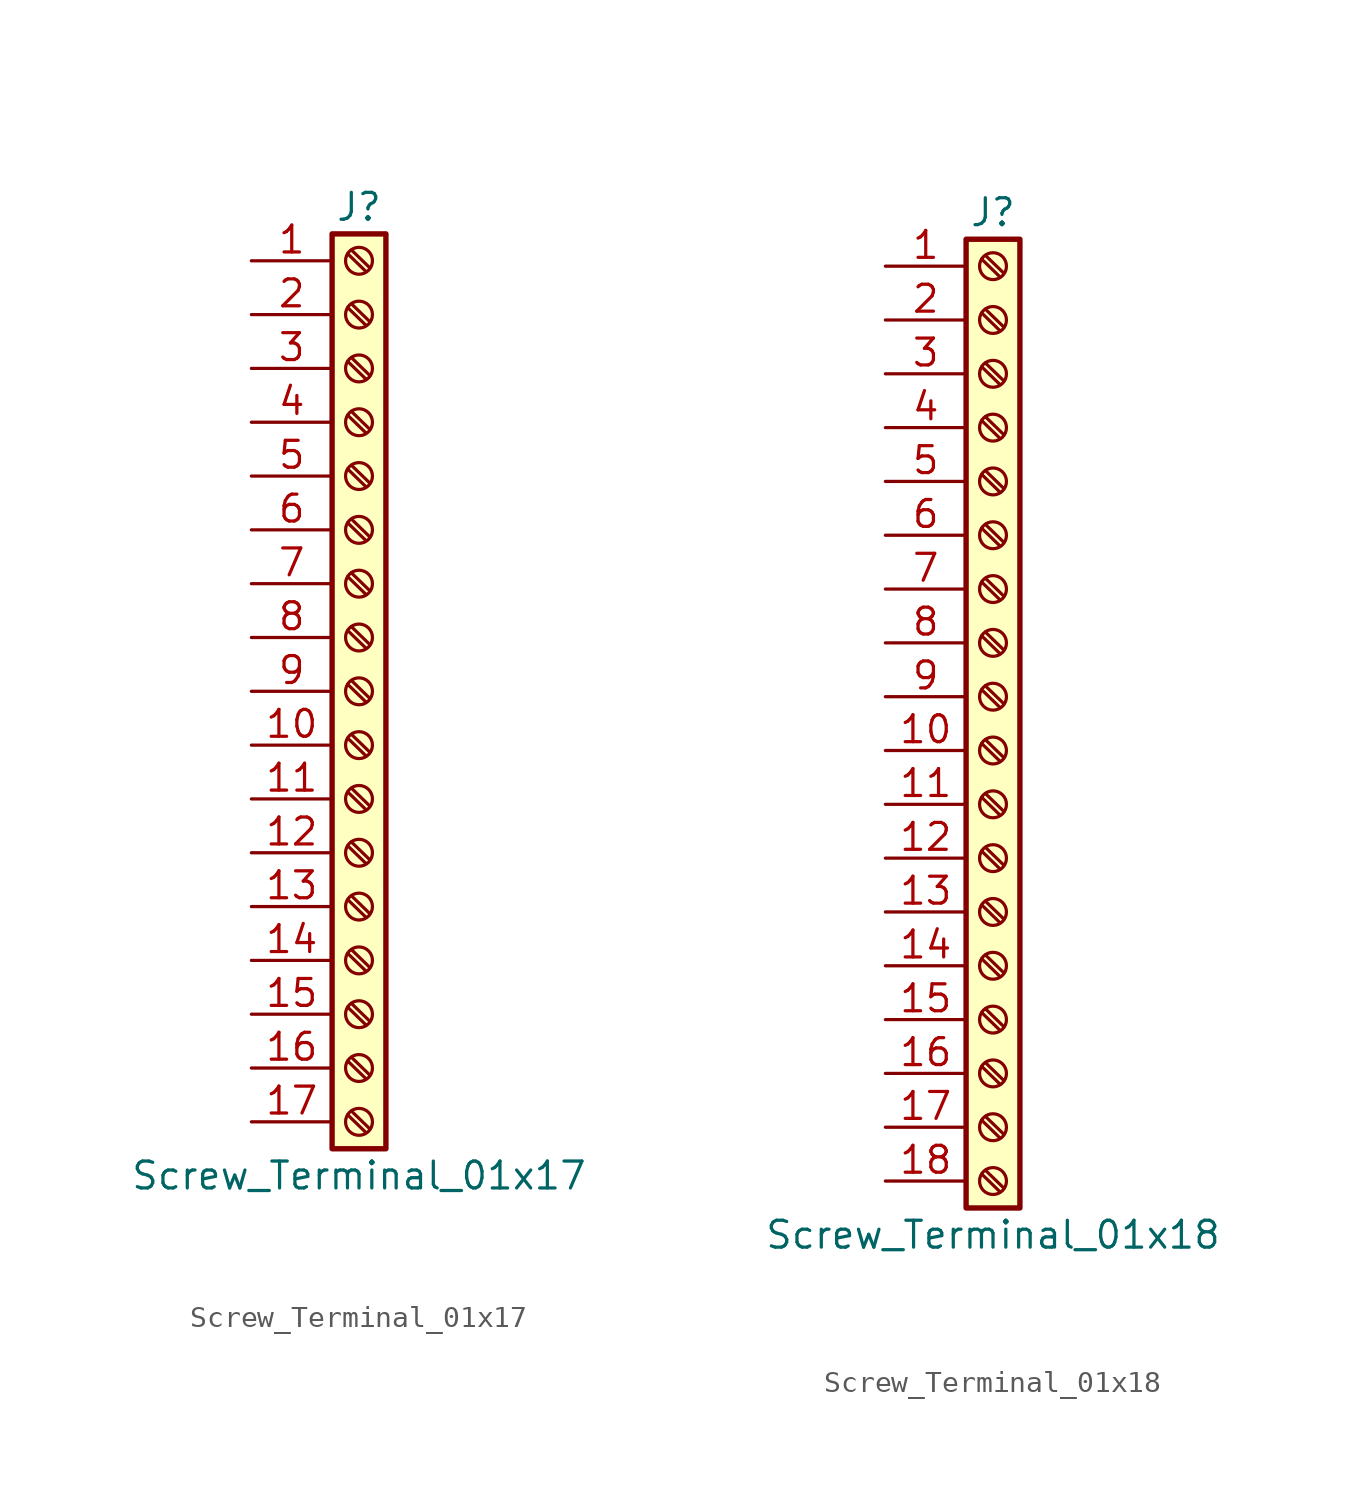
<source format=kicad_sym>
(kicad_symbol_lib
  (version 20201005)
  (generator kicad_symbol_editor)
  (symbol "Connector:Screw_Terminal_01x17"
    (pin_names
      (offset 1.016) hide)
    (property "Reference" "J"
      (at 0 22.86 0)
      (effects (font (size 1.27 1.27))))
    (property "Value" "Screw_Terminal_01x17"
      (at 0 -22.86 0)
      (effects (font (size 1.27 1.27))))
    (symbol "Screw_Terminal_01x17_1_1"
      (circle (center 0 -20.32) (radius 0.635) (stroke (width 0.152)) (fill (type none)))
      (circle (center 0 -17.78) (radius 0.635) (stroke (width 0.152)) (fill (type none)))
      (circle (center 0 -15.24) (radius 0.635) (stroke (width 0.152)) (fill (type none)))
      (circle (center 0 -12.7) (radius 0.635) (stroke (width 0.152)) (fill (type none)))
      (circle (center 0 -10.16) (radius 0.635) (stroke (width 0.152)) (fill (type none)))
      (circle (center 0 -7.62) (radius 0.635) (stroke (width 0.152)) (fill (type none)))
      (circle (center 0 -5.08) (radius 0.635) (stroke (width 0.152)) (fill (type none)))
      (circle (center 0 -2.54) (radius 0.635) (stroke (width 0.152)) (fill (type none)))
      (circle (center 0 0) (radius 0.635) (stroke (width 0.152)) (fill (type none)))
      (circle (center 0 2.54) (radius 0.635) (stroke (width 0.152)) (fill (type none)))
      (circle (center 0 5.08) (radius 0.635) (stroke (width 0.152)) (fill (type none)))
      (circle (center 0 7.62) (radius 0.635) (stroke (width 0.152)) (fill (type none)))
      (circle (center 0 10.16) (radius 0.635) (stroke (width 0.152)) (fill (type none)))
      (circle (center 0 12.7) (radius 0.635) (stroke (width 0.152)) (fill (type none)))
      (circle (center 0 15.24) (radius 0.635) (stroke (width 0.152)) (fill (type none)))
      (circle (center 0 17.78) (radius 0.635) (stroke (width 0.152)) (fill (type none)))
      (circle (center 0 20.32) (radius 0.635) (stroke (width 0.152)) (fill (type none)))
      (rectangle (start -1.27 21.59) (end 1.27 -21.59) (stroke (width 0.254)) (fill (type background)))
      (polyline (pts (xy -0.533 -19.99) (xy 0.33 -20.828)) (stroke (width 0.152)) (fill (type none)))
      (polyline (pts (xy -0.533 -17.45) (xy 0.33 -18.288)) (stroke (width 0.152)) (fill (type none)))
      (polyline (pts (xy -0.533 -14.91) (xy 0.33 -15.748)) (stroke (width 0.152)) (fill (type none)))
      (polyline (pts (xy -0.533 -12.37) (xy 0.33 -13.208)) (stroke (width 0.152)) (fill (type none)))
      (polyline (pts (xy -0.533 -9.83) (xy 0.33 -10.668)) (stroke (width 0.152)) (fill (type none)))
      (polyline (pts (xy -0.533 -7.29) (xy 0.33 -8.128)) (stroke (width 0.152)) (fill (type none)))
      (polyline (pts (xy -0.533 -4.75) (xy 0.33 -5.588)) (stroke (width 0.152)) (fill (type none)))
      (polyline (pts (xy -0.533 -2.21) (xy 0.33 -3.048)) (stroke (width 0.152)) (fill (type none)))
      (polyline (pts (xy -0.533 0.33) (xy 0.33 -0.508)) (stroke (width 0.152)) (fill (type none)))
      (polyline (pts (xy -0.533 2.87) (xy 0.33 2.032)) (stroke (width 0.152)) (fill (type none)))
      (polyline (pts (xy -0.533 5.41) (xy 0.33 4.572)) (stroke (width 0.152)) (fill (type none)))
      (polyline (pts (xy -0.533 7.95) (xy 0.33 7.112)) (stroke (width 0.152)) (fill (type none)))
      (polyline (pts (xy -0.533 10.49) (xy 0.33 9.652)) (stroke (width 0.152)) (fill (type none)))
      (polyline (pts (xy -0.533 13.03) (xy 0.33 12.192)) (stroke (width 0.152)) (fill (type none)))
      (polyline (pts (xy -0.533 15.57) (xy 0.33 14.732)) (stroke (width 0.152)) (fill (type none)))
      (polyline (pts (xy -0.533 18.11) (xy 0.33 17.272)) (stroke (width 0.152)) (fill (type none)))
      (polyline (pts (xy -0.533 20.65) (xy 0.33 19.812)) (stroke (width 0.152)) (fill (type none)))
      (polyline (pts (xy -0.356 -19.812) (xy 0.508 -20.65)) (stroke (width 0.152)) (fill (type none)))
      (polyline (pts (xy -0.356 -17.272) (xy 0.508 -18.11)) (stroke (width 0.152)) (fill (type none)))
      (polyline (pts (xy -0.356 -14.732) (xy 0.508 -15.57)) (stroke (width 0.152)) (fill (type none)))
      (polyline (pts (xy -0.356 -12.192) (xy 0.508 -13.03)) (stroke (width 0.152)) (fill (type none)))
      (polyline (pts (xy -0.356 -9.652) (xy 0.508 -10.49)) (stroke (width 0.152)) (fill (type none)))
      (polyline (pts (xy -0.356 -7.112) (xy 0.508 -7.95)) (stroke (width 0.152)) (fill (type none)))
      (polyline (pts (xy -0.356 -4.572) (xy 0.508 -5.41)) (stroke (width 0.152)) (fill (type none)))
      (polyline (pts (xy -0.356 -2.032) (xy 0.508 -2.87)) (stroke (width 0.152)) (fill (type none)))
      (polyline (pts (xy -0.356 0.508) (xy 0.508 -0.33)) (stroke (width 0.152)) (fill (type none)))
      (polyline (pts (xy -0.356 3.048) (xy 0.508 2.21)) (stroke (width 0.152)) (fill (type none)))
      (polyline (pts (xy -0.356 5.588) (xy 0.508 4.75)) (stroke (width 0.152)) (fill (type none)))
      (polyline (pts (xy -0.356 8.128) (xy 0.508 7.29)) (stroke (width 0.152)) (fill (type none)))
      (polyline (pts (xy -0.356 10.668) (xy 0.508 9.83)) (stroke (width 0.152)) (fill (type none)))
      (polyline (pts (xy -0.356 13.208) (xy 0.508 12.37)) (stroke (width 0.152)) (fill (type none)))
      (polyline (pts (xy -0.356 15.748) (xy 0.508 14.91)) (stroke (width 0.152)) (fill (type none)))
      (polyline (pts (xy -0.356 18.288) (xy 0.508 17.45)) (stroke (width 0.152)) (fill (type none)))
      (polyline (pts (xy -0.356 20.828) (xy 0.508 19.99)) (stroke (width 0.152)) (fill (type none)))
      (pin passive line (at -5.08 20.32 0) (length 3.81) (name "Pin_1" (effects (font (size 1.27 1.27)))) (number "1" (effects (font (size 1.27 1.27)))))
      (pin passive line (at -5.08 -2.54 0) (length 3.81) (name "Pin_10" (effects (font (size 1.27 1.27)))) (number "10" (effects (font (size 1.27 1.27)))))
      (pin passive line (at -5.08 -5.08 0) (length 3.81) (name "Pin_11" (effects (font (size 1.27 1.27)))) (number "11" (effects (font (size 1.27 1.27)))))
      (pin passive line (at -5.08 -7.62 0) (length 3.81) (name "Pin_12" (effects (font (size 1.27 1.27)))) (number "12" (effects (font (size 1.27 1.27)))))
      (pin passive line (at -5.08 -10.16 0) (length 3.81) (name "Pin_13" (effects (font (size 1.27 1.27)))) (number "13" (effects (font (size 1.27 1.27)))))
      (pin passive line (at -5.08 -12.7 0) (length 3.81) (name "Pin_14" (effects (font (size 1.27 1.27)))) (number "14" (effects (font (size 1.27 1.27)))))
      (pin passive line (at -5.08 -15.24 0) (length 3.81) (name "Pin_15" (effects (font (size 1.27 1.27)))) (number "15" (effects (font (size 1.27 1.27)))))
      (pin passive line (at -5.08 -17.78 0) (length 3.81) (name "Pin_16" (effects (font (size 1.27 1.27)))) (number "16" (effects (font (size 1.27 1.27)))))
      (pin passive line (at -5.08 -20.32 0) (length 3.81) (name "Pin_17" (effects (font (size 1.27 1.27)))) (number "17" (effects (font (size 1.27 1.27)))))
      (pin passive line (at -5.08 17.78 0) (length 3.81) (name "Pin_2" (effects (font (size 1.27 1.27)))) (number "2" (effects (font (size 1.27 1.27)))))
      (pin passive line (at -5.08 15.24 0) (length 3.81) (name "Pin_3" (effects (font (size 1.27 1.27)))) (number "3" (effects (font (size 1.27 1.27)))))
      (pin passive line (at -5.08 12.7 0) (length 3.81) (name "Pin_4" (effects (font (size 1.27 1.27)))) (number "4" (effects (font (size 1.27 1.27)))))
      (pin passive line (at -5.08 10.16 0) (length 3.81) (name "Pin_5" (effects (font (size 1.27 1.27)))) (number "5" (effects (font (size 1.27 1.27)))))
      (pin passive line (at -5.08 7.62 0) (length 3.81) (name "Pin_6" (effects (font (size 1.27 1.27)))) (number "6" (effects (font (size 1.27 1.27)))))
      (pin passive line (at -5.08 5.08 0) (length 3.81) (name "Pin_7" (effects (font (size 1.27 1.27)))) (number "7" (effects (font (size 1.27 1.27)))))
      (pin passive line (at -5.08 2.54 0) (length 3.81) (name "Pin_8" (effects (font (size 1.27 1.27)))) (number "8" (effects (font (size 1.27 1.27)))))
      (pin passive line (at -5.08 0 0) (length 3.81) (name "Pin_9" (effects (font (size 1.27 1.27)))) (number "9" (effects (font (size 1.27 1.27)))))))
  (symbol "Connector:Screw_Terminal_01x18"
    (pin_names
      (offset 1.016) hide)
    (property "Reference" "J"
      (at 0 22.86 0)
      (effects (font (size 1.27 1.27))))
    (property "Value" "Screw_Terminal_01x18"
      (at 0 -25.4 0)
      (effects (font (size 1.27 1.27))))
    (symbol "Screw_Terminal_01x18_1_1"
      (circle (center 0 -22.86) (radius 0.635) (stroke (width 0.152)) (fill (type none)))
      (circle (center 0 -20.32) (radius 0.635) (stroke (width 0.152)) (fill (type none)))
      (circle (center 0 -17.78) (radius 0.635) (stroke (width 0.152)) (fill (type none)))
      (circle (center 0 -15.24) (radius 0.635) (stroke (width 0.152)) (fill (type none)))
      (circle (center 0 -12.7) (radius 0.635) (stroke (width 0.152)) (fill (type none)))
      (circle (center 0 -10.16) (radius 0.635) (stroke (width 0.152)) (fill (type none)))
      (circle (center 0 -7.62) (radius 0.635) (stroke (width 0.152)) (fill (type none)))
      (circle (center 0 -5.08) (radius 0.635) (stroke (width 0.152)) (fill (type none)))
      (circle (center 0 -2.54) (radius 0.635) (stroke (width 0.152)) (fill (type none)))
      (circle (center 0 0) (radius 0.635) (stroke (width 0.152)) (fill (type none)))
      (circle (center 0 2.54) (radius 0.635) (stroke (width 0.152)) (fill (type none)))
      (circle (center 0 5.08) (radius 0.635) (stroke (width 0.152)) (fill (type none)))
      (circle (center 0 7.62) (radius 0.635) (stroke (width 0.152)) (fill (type none)))
      (circle (center 0 10.16) (radius 0.635) (stroke (width 0.152)) (fill (type none)))
      (circle (center 0 12.7) (radius 0.635) (stroke (width 0.152)) (fill (type none)))
      (circle (center 0 15.24) (radius 0.635) (stroke (width 0.152)) (fill (type none)))
      (circle (center 0 17.78) (radius 0.635) (stroke (width 0.152)) (fill (type none)))
      (circle (center 0 20.32) (radius 0.635) (stroke (width 0.152)) (fill (type none)))
      (rectangle (start -1.27 21.59) (end 1.27 -24.13) (stroke (width 0.254)) (fill (type background)))
      (polyline (pts (xy -0.533 -22.53) (xy 0.33 -23.368)) (stroke (width 0.152)) (fill (type none)))
      (polyline (pts (xy -0.533 -19.99) (xy 0.33 -20.828)) (stroke (width 0.152)) (fill (type none)))
      (polyline (pts (xy -0.533 -17.45) (xy 0.33 -18.288)) (stroke (width 0.152)) (fill (type none)))
      (polyline (pts (xy -0.533 -14.91) (xy 0.33 -15.748)) (stroke (width 0.152)) (fill (type none)))
      (polyline (pts (xy -0.533 -12.37) (xy 0.33 -13.208)) (stroke (width 0.152)) (fill (type none)))
      (polyline (pts (xy -0.533 -9.83) (xy 0.33 -10.668)) (stroke (width 0.152)) (fill (type none)))
      (polyline (pts (xy -0.533 -7.29) (xy 0.33 -8.128)) (stroke (width 0.152)) (fill (type none)))
      (polyline (pts (xy -0.533 -4.75) (xy 0.33 -5.588)) (stroke (width 0.152)) (fill (type none)))
      (polyline (pts (xy -0.533 -2.21) (xy 0.33 -3.048)) (stroke (width 0.152)) (fill (type none)))
      (polyline (pts (xy -0.533 0.33) (xy 0.33 -0.508)) (stroke (width 0.152)) (fill (type none)))
      (polyline (pts (xy -0.533 2.87) (xy 0.33 2.032)) (stroke (width 0.152)) (fill (type none)))
      (polyline (pts (xy -0.533 5.41) (xy 0.33 4.572)) (stroke (width 0.152)) (fill (type none)))
      (polyline (pts (xy -0.533 7.95) (xy 0.33 7.112)) (stroke (width 0.152)) (fill (type none)))
      (polyline (pts (xy -0.533 10.49) (xy 0.33 9.652)) (stroke (width 0.152)) (fill (type none)))
      (polyline (pts (xy -0.533 13.03) (xy 0.33 12.192)) (stroke (width 0.152)) (fill (type none)))
      (polyline (pts (xy -0.533 15.57) (xy 0.33 14.732)) (stroke (width 0.152)) (fill (type none)))
      (polyline (pts (xy -0.533 18.11) (xy 0.33 17.272)) (stroke (width 0.152)) (fill (type none)))
      (polyline (pts (xy -0.533 20.65) (xy 0.33 19.812)) (stroke (width 0.152)) (fill (type none)))
      (polyline (pts (xy -0.356 -22.352) (xy 0.508 -23.19)) (stroke (width 0.152)) (fill (type none)))
      (polyline (pts (xy -0.356 -19.812) (xy 0.508 -20.65)) (stroke (width 0.152)) (fill (type none)))
      (polyline (pts (xy -0.356 -17.272) (xy 0.508 -18.11)) (stroke (width 0.152)) (fill (type none)))
      (polyline (pts (xy -0.356 -14.732) (xy 0.508 -15.57)) (stroke (width 0.152)) (fill (type none)))
      (polyline (pts (xy -0.356 -12.192) (xy 0.508 -13.03)) (stroke (width 0.152)) (fill (type none)))
      (polyline (pts (xy -0.356 -9.652) (xy 0.508 -10.49)) (stroke (width 0.152)) (fill (type none)))
      (polyline (pts (xy -0.356 -7.112) (xy 0.508 -7.95)) (stroke (width 0.152)) (fill (type none)))
      (polyline (pts (xy -0.356 -4.572) (xy 0.508 -5.41)) (stroke (width 0.152)) (fill (type none)))
      (polyline (pts (xy -0.356 -2.032) (xy 0.508 -2.87)) (stroke (width 0.152)) (fill (type none)))
      (polyline (pts (xy -0.356 0.508) (xy 0.508 -0.33)) (stroke (width 0.152)) (fill (type none)))
      (polyline (pts (xy -0.356 3.048) (xy 0.508 2.21)) (stroke (width 0.152)) (fill (type none)))
      (polyline (pts (xy -0.356 5.588) (xy 0.508 4.75)) (stroke (width 0.152)) (fill (type none)))
      (polyline (pts (xy -0.356 8.128) (xy 0.508 7.29)) (stroke (width 0.152)) (fill (type none)))
      (polyline (pts (xy -0.356 10.668) (xy 0.508 9.83)) (stroke (width 0.152)) (fill (type none)))
      (polyline (pts (xy -0.356 13.208) (xy 0.508 12.37)) (stroke (width 0.152)) (fill (type none)))
      (polyline (pts (xy -0.356 15.748) (xy 0.508 14.91)) (stroke (width 0.152)) (fill (type none)))
      (polyline (pts (xy -0.356 18.288) (xy 0.508 17.45)) (stroke (width 0.152)) (fill (type none)))
      (polyline (pts (xy -0.356 20.828) (xy 0.508 19.99)) (stroke (width 0.152)) (fill (type none)))
      (pin passive line (at -5.08 20.32 0) (length 3.81) (name "Pin_1" (effects (font (size 1.27 1.27)))) (number "1" (effects (font (size 1.27 1.27)))))
      (pin passive line (at -5.08 -2.54 0) (length 3.81) (name "Pin_10" (effects (font (size 1.27 1.27)))) (number "10" (effects (font (size 1.27 1.27)))))
      (pin passive line (at -5.08 -5.08 0) (length 3.81) (name "Pin_11" (effects (font (size 1.27 1.27)))) (number "11" (effects (font (size 1.27 1.27)))))
      (pin passive line (at -5.08 -7.62 0) (length 3.81) (name "Pin_12" (effects (font (size 1.27 1.27)))) (number "12" (effects (font (size 1.27 1.27)))))
      (pin passive line (at -5.08 -10.16 0) (length 3.81) (name "Pin_13" (effects (font (size 1.27 1.27)))) (number "13" (effects (font (size 1.27 1.27)))))
      (pin passive line (at -5.08 -12.7 0) (length 3.81) (name "Pin_14" (effects (font (size 1.27 1.27)))) (number "14" (effects (font (size 1.27 1.27)))))
      (pin passive line (at -5.08 -15.24 0) (length 3.81) (name "Pin_15" (effects (font (size 1.27 1.27)))) (number "15" (effects (font (size 1.27 1.27)))))
      (pin passive line (at -5.08 -17.78 0) (length 3.81) (name "Pin_16" (effects (font (size 1.27 1.27)))) (number "16" (effects (font (size 1.27 1.27)))))
      (pin passive line (at -5.08 -20.32 0) (length 3.81) (name "Pin_17" (effects (font (size 1.27 1.27)))) (number "17" (effects (font (size 1.27 1.27)))))
      (pin passive line (at -5.08 -22.86 0) (length 3.81) (name "Pin_18" (effects (font (size 1.27 1.27)))) (number "18" (effects (font (size 1.27 1.27)))))
      (pin passive line (at -5.08 17.78 0) (length 3.81) (name "Pin_2" (effects (font (size 1.27 1.27)))) (number "2" (effects (font (size 1.27 1.27)))))
      (pin passive line (at -5.08 15.24 0) (length 3.81) (name "Pin_3" (effects (font (size 1.27 1.27)))) (number "3" (effects (font (size 1.27 1.27)))))
      (pin passive line (at -5.08 12.7 0) (length 3.81) (name "Pin_4" (effects (font (size 1.27 1.27)))) (number "4" (effects (font (size 1.27 1.27)))))
      (pin passive line (at -5.08 10.16 0) (length 3.81) (name "Pin_5" (effects (font (size 1.27 1.27)))) (number "5" (effects (font (size 1.27 1.27)))))
      (pin passive line (at -5.08 7.62 0) (length 3.81) (name "Pin_6" (effects (font (size 1.27 1.27)))) (number "6" (effects (font (size 1.27 1.27)))))
      (pin passive line (at -5.08 5.08 0) (length 3.81) (name "Pin_7" (effects (font (size 1.27 1.27)))) (number "7" (effects (font (size 1.27 1.27)))))
      (pin passive line (at -5.08 2.54 0) (length 3.81) (name "Pin_8" (effects (font (size 1.27 1.27)))) (number "8" (effects (font (size 1.27 1.27)))))
      (pin passive line (at -5.08 0 0) (length 3.81) (name "Pin_9" (effects (font (size 1.27 1.27)))) (number "9" (effects (font (size 1.27 1.27))))))))
</source>
